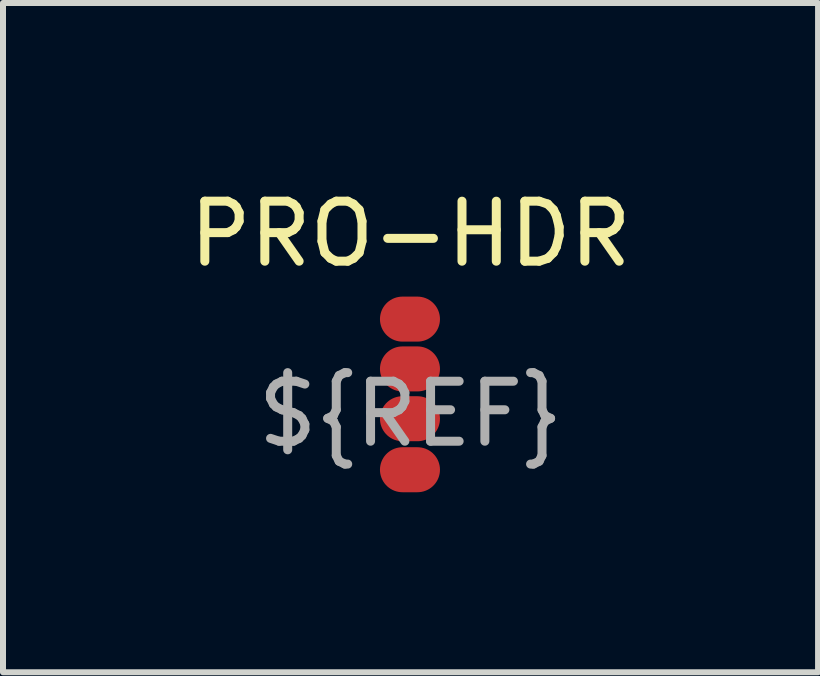
<source format=kicad_pcb>
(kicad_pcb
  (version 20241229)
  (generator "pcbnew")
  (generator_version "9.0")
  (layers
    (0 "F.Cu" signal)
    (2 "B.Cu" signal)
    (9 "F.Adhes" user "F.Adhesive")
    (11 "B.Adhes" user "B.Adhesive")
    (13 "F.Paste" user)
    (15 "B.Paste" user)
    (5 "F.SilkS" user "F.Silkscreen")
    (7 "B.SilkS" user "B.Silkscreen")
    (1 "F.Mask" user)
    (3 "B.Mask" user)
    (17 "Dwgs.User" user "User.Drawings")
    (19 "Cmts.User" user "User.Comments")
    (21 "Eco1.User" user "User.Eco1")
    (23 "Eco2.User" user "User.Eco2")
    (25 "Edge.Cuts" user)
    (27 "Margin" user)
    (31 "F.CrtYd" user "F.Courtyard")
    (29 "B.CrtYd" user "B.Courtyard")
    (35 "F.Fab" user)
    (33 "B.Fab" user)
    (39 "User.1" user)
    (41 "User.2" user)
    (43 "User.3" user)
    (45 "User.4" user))
  (footprint "PRO-HDR"
    (layer "F.Cu")
    (at 3.792 1.348)
    (property "Reference" "PRO-HDR" (at 0 -0.5 0) (unlocked yes) (layer "F.SilkS") (effects (font (size 1 1) (thickness 0.15))))
    (attr smd)
    (fp_text user "${REF}" (at 0 2.5 0) (unlocked yes) (layer "F.Fab") (effects (font (size 1 1) (thickness 0.15))))
    (pad "1" smd oval (at -0.01 0.92) (size 1 0.75) (layers "F.Cu" "F.Mask" "F.Paste"))
    (pad "2" smd oval (at -0.01 1.75) (size 1 0.75) (layers "F.Cu" "F.Mask" "F.Paste"))
    (pad "3" smd oval (at -0.01 2.58) (size 1 0.75) (layers "F.Cu" "F.Mask" "F.Paste"))
    (pad "4" smd oval (at -0.01 3.43) (size 1 0.75) (layers "F.Cu" "F.Mask" "F.Paste")))
  (gr_rect
    (start -3 -3)
    (end 10.583 8.153)
    (stroke (width 0.1) (type default))
    (fill no)
    (layer "Edge.Cuts")))
</source>
